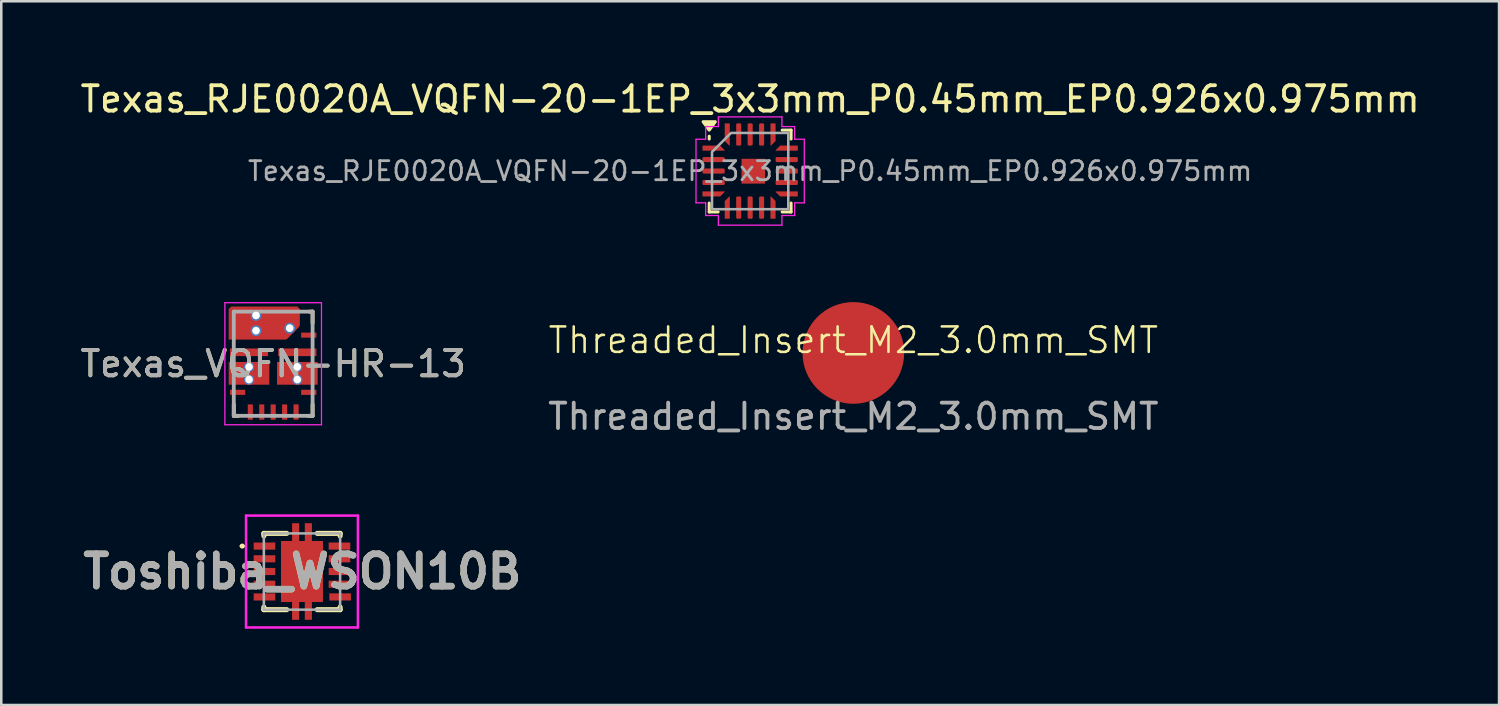
<source format=kicad_pcb>
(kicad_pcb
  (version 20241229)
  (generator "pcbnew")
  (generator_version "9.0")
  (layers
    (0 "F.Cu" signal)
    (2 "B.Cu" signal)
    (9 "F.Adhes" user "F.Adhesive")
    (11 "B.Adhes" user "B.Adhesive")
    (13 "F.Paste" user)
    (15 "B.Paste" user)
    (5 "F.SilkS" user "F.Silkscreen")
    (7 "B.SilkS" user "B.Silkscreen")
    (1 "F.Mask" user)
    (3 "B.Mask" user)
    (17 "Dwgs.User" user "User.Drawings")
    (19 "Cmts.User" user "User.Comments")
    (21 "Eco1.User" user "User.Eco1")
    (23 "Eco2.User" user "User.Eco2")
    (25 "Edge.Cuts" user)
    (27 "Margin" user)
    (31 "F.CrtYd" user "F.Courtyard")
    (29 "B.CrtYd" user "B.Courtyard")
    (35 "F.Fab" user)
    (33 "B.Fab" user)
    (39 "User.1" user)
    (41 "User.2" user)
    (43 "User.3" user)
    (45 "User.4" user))
  (footprint "Texas_RJE0020A_VQFN-20-1EP_3x3mm_P0.45mm_EP0.926x0.975mm"
    (layer "F.Cu")
    (at 26.458 3.678)
    (property "Reference" "Texas_RJE0020A_VQFN-20-1EP_3x3mm_P0.45mm_EP0.926x0.975mm" (at 0 -2.83 0) (layer "F.SilkS") (effects (font (size 1 1) (thickness 0.15))))
    (attr smd)
    (fp_line (start -1.61 -1.26) (end -1.61 -1.37) (stroke (width 0.12) (type solid)) (layer "F.SilkS"))
    (fp_line (start -1.61 1.61) (end -1.61 1.26) (stroke (width 0.12) (type solid)) (layer "F.SilkS"))
    (fp_line (start -1.26 1.61) (end -1.61 1.61) (stroke (width 0.12) (type solid)) (layer "F.SilkS"))
    (fp_line (start 1.26 -1.61) (end 1.61 -1.61) (stroke (width 0.12) (type solid)) (layer "F.SilkS"))
    (fp_line (start 1.26 1.61) (end 1.61 1.61) (stroke (width 0.12) (type solid)) (layer "F.SilkS"))
    (fp_line (start 1.61 -1.61) (end 1.61 -1.26) (stroke (width 0.12) (type solid)) (layer "F.SilkS"))
    (fp_line (start 1.61 1.61) (end 1.61 1.26) (stroke (width 0.12) (type solid)) (layer "F.SilkS"))
    (fp_poly (pts (xy -1.61 -1.61) (xy -1.85 -1.94) (xy -1.37 -1.94)) (stroke (width 0.12) (type solid)) (fill yes) (layer "F.SilkS"))
    (fp_line (start -2.13 -1.25) (end -1.75 -1.25) (stroke (width 0.05) (type solid)) (layer "F.CrtYd"))
    (fp_line (start -2.13 1.25) (end -2.13 -1.25) (stroke (width 0.05) (type solid)) (layer "F.CrtYd"))
    (fp_line (start -1.75 -1.75) (end -1.25 -1.75) (stroke (width 0.05) (type solid)) (layer "F.CrtYd"))
    (fp_line (start -1.75 -1.25) (end -1.75 -1.75) (stroke (width 0.05) (type solid)) (layer "F.CrtYd"))
    (fp_line (start -1.75 1.25) (end -2.13 1.25) (stroke (width 0.05) (type solid)) (layer "F.CrtYd"))
    (fp_line (start -1.75 1.75) (end -1.75 1.25) (stroke (width 0.05) (type solid)) (layer "F.CrtYd"))
    (fp_line (start -1.25 -2.13) (end 1.25 -2.13) (stroke (width 0.05) (type solid)) (layer "F.CrtYd"))
    (fp_line (start -1.25 -1.75) (end -1.25 -2.13) (stroke (width 0.05) (type solid)) (layer "F.CrtYd"))
    (fp_line (start -1.25 1.75) (end -1.75 1.75) (stroke (width 0.05) (type solid)) (layer "F.CrtYd"))
    (fp_line (start -1.25 2.13) (end -1.25 1.75) (stroke (width 0.05) (type solid)) (layer "F.CrtYd"))
    (fp_line (start 1.25 -2.13) (end 1.25 -1.75) (stroke (width 0.05) (type solid)) (layer "F.CrtYd"))
    (fp_line (start 1.25 -1.75) (end 1.75 -1.75) (stroke (width 0.05) (type solid)) (layer "F.CrtYd"))
    (fp_line (start 1.25 1.75) (end 1.25 2.13) (stroke (width 0.05) (type solid)) (layer "F.CrtYd"))
    (fp_line (start 1.25 2.13) (end -1.25 2.13) (stroke (width 0.05) (type solid)) (layer "F.CrtYd"))
    (fp_line (start 1.75 -1.75) (end 1.75 -1.25) (stroke (width 0.05) (type solid)) (layer "F.CrtYd"))
    (fp_line (start 1.75 -1.25) (end 2.13 -1.25) (stroke (width 0.05) (type solid)) (layer "F.CrtYd"))
    (fp_line (start 1.75 1.25) (end 1.75 1.75) (stroke (width 0.05) (type solid)) (layer "F.CrtYd"))
    (fp_line (start 1.75 1.75) (end 1.25 1.75) (stroke (width 0.05) (type solid)) (layer "F.CrtYd"))
    (fp_line (start 2.13 -1.25) (end 2.13 1.25) (stroke (width 0.05) (type solid)) (layer "F.CrtYd"))
    (fp_line (start 2.13 1.25) (end 1.75 1.25) (stroke (width 0.05) (type solid)) (layer "F.CrtYd"))
    (fp_poly (pts (xy -1.5 -0.75) (xy -1.5 1.5) (xy 1.5 1.5) (xy 1.5 -1.5) (xy -0.75 -1.5)) (stroke (width 0.1) (type solid)) (fill no) (layer "F.Fab"))
    (fp_text user "${REFERENCE}" (at 0 0 0) (layer "F.Fab") (effects (font (size 0.75 0.75) (thickness 0.11))))
    (pad "" smd roundrect (at 0.125 0) (size 0.64 0.72) (layers "F.Paste") (roundrect_rratio 0.25))
    (pad "1" smd custom (at -1.438 -0.9) (size 0.073 0.073) (layers "F.Cu" "F.Mask" "F.Paste") (options (anchor circle)) (primitives (gr_poly (pts (xy -0.427 -0.09) (xy 0.253 -0.09) (xy 0.427 0.084) (xy 0.427 0.09) (xy -0.427 0.09)) (width 0.02) (fill yes))))
    (pad "2" smd roundrect (at -1.438 -0.45) (size 0.875 0.2) (layers "F.Cu" "F.Mask" "F.Paste") (roundrect_rratio 0.25))
    (pad "3" smd roundrect (at -1.438 0) (size 0.875 0.2) (layers "F.Cu" "F.Mask" "F.Paste") (roundrect_rratio 0.25))
    (pad "4" smd roundrect (at -1.438 0.45) (size 0.875 0.2) (layers "F.Cu" "F.Mask" "F.Paste") (roundrect_rratio 0.25))
    (pad "5" smd custom (at -1.438 0.9) (size 0.073 0.073) (layers "F.Cu" "F.Mask" "F.Paste") (options (anchor circle)) (primitives (gr_poly (pts (xy -0.427 -0.09) (xy 0.427 -0.09) (xy 0.427 -0.084) (xy 0.253 0.09) (xy -0.427 0.09)) (width 0.02) (fill yes))))
    (pad "6" smd custom (at -0.9 1.438) (size 0.073 0.073) (layers "F.Cu" "F.Mask" "F.Paste") (options (anchor circle)) (primitives (gr_poly (pts (xy -0.09 -0.253) (xy 0.084 -0.427) (xy 0.09 -0.427) (xy 0.09 0.427) (xy -0.09 0.427)) (width 0.02) (fill yes))))
    (pad "7" smd roundrect (at -0.45 1.438) (size 0.2 0.875) (layers "F.Cu" "F.Mask" "F.Paste") (roundrect_rratio 0.25))
    (pad "8" smd roundrect (at 0 1.438) (size 0.2 0.875) (layers "F.Cu" "F.Mask" "F.Paste") (roundrect_rratio 0.25))
    (pad "9" smd roundrect (at 0.45 1.438) (size 0.2 0.875) (layers "F.Cu" "F.Mask" "F.Paste") (roundrect_rratio 0.25))
    (pad "10" smd custom (at 0.9 1.438) (size 0.073 0.073) (layers "F.Cu" "F.Mask" "F.Paste") (options (anchor circle)) (primitives (gr_poly (pts (xy -0.09 -0.427) (xy -0.084 -0.427) (xy 0.09 -0.253) (xy 0.09 0.427) (xy -0.09 0.427)) (width 0.02) (fill yes))))
    (pad "11" smd custom (at 1.438 0.9) (size 0.073 0.073) (layers "F.Cu" "F.Mask" "F.Paste") (options (anchor circle)) (primitives (gr_poly (pts (xy -0.427 -0.09) (xy 0.427 -0.09) (xy 0.427 0.09) (xy -0.253 0.09) (xy -0.427 -0.084)) (width 0.02) (fill yes))))
    (pad "12" smd roundrect (at 1.438 0.45) (size 0.875 0.2) (layers "F.Cu" "F.Mask" "F.Paste") (roundrect_rratio 0.25))
    (pad "13" smd roundrect (at 1.438 0) (size 0.875 0.2) (layers "F.Cu" "F.Mask" "F.Paste") (roundrect_rratio 0.25))
    (pad "14" smd roundrect (at 1.438 -0.45) (size 0.875 0.2) (layers "F.Cu" "F.Mask" "F.Paste") (roundrect_rratio 0.25))
    (pad "15" smd custom (at 1.438 -0.9) (size 0.073 0.073) (layers "F.Cu" "F.Mask" "F.Paste") (options (anchor circle)) (primitives (gr_poly (pts (xy -0.427 0.084) (xy -0.253 -0.09) (xy 0.427 -0.09) (xy 0.427 0.09) (xy -0.427 0.09)) (width 0.02) (fill yes))))
    (pad "16" smd custom (at 0.9 -1.438) (size 0.073 0.073) (layers "F.Cu" "F.Mask" "F.Paste") (options (anchor circle)) (primitives (gr_poly (pts (xy -0.09 -0.427) (xy 0.09 -0.427) (xy 0.09 0.253) (xy -0.084 0.427) (xy -0.09 0.427)) (width 0.02) (fill yes))))
    (pad "17" smd roundrect (at 0.45 -1.438) (size 0.2 0.875) (layers "F.Cu" "F.Mask" "F.Paste") (roundrect_rratio 0.25))
    (pad "18" smd roundrect (at 0 -1.438) (size 0.2 0.875) (layers "F.Cu" "F.Mask" "F.Paste") (roundrect_rratio 0.25))
    (pad "19" smd roundrect (at -0.45 -1.438) (size 0.2 0.875) (layers "F.Cu" "F.Mask" "F.Paste") (roundrect_rratio 0.25))
    (pad "20" smd custom (at -0.9 -1.438) (size 0.073 0.073) (layers "F.Cu" "F.Mask" "F.Paste") (options (anchor circle)) (primitives (gr_poly (pts (xy -0.09 -0.427) (xy 0.09 -0.427) (xy 0.09 0.427) (xy 0.084 0.427) (xy -0.09 0.253)) (width 0.02) (fill yes))))
    (pad "21" smd rect (at 0.123 0.007) (size 0.926 0.975) (property pad_prop_heatsink) (layers "F.Cu" "F.Mask")))
  (footprint "Toshiba_WSON10B"
    (layer "F.Cu")
    (at 8.829 19.431)
    (property "Reference" "Toshiba_WSON10B" (at 0.013 0 0) (layer "F.SilkS") (effects (font (size 1.27 1.27) (thickness 0.254))))
    (attr smd)
    (fp_line (start -2.4 -1) (end -2.4 -1) (stroke (width 0.1) (type solid)) (layer "F.SilkS"))
    (fp_line (start -2.3 -1) (end -2.3 -1) (stroke (width 0.1) (type solid)) (layer "F.SilkS"))
    (fp_line (start -1.5 -1.5) (end -1.5 -1.4) (stroke (width 0.2) (type solid)) (layer "F.SilkS"))
    (fp_line (start -1.5 1.4) (end -1.5 1.5) (stroke (width 0.2) (type solid)) (layer "F.SilkS"))
    (fp_line (start -1.5 1.5) (end -0.6 1.5) (stroke (width 0.2) (type solid)) (layer "F.SilkS"))
    (fp_line (start -0.6 -1.5) (end -1.5 -1.5) (stroke (width 0.2) (type solid)) (layer "F.SilkS"))
    (fp_line (start 0.6 -1.5) (end 1.5 -1.5) (stroke (width 0.2) (type solid)) (layer "F.SilkS"))
    (fp_line (start 0.6 1.5) (end 1.5 1.5) (stroke (width 0.2) (type solid)) (layer "F.SilkS"))
    (fp_line (start 1.5 -1.5) (end 1.5 -1.4) (stroke (width 0.2) (type solid)) (layer "F.SilkS"))
    (fp_line (start 1.5 1.5) (end 1.5 1.4) (stroke (width 0.2) (type solid)) (layer "F.SilkS"))
    (fp_arc (start -2.4 -1) (mid -2.35 -1.05) (end -2.3 -1) (stroke (width 0.1) (type solid)) (layer "F.SilkS"))
    (fp_arc (start -2.3 -1) (mid -2.35 -0.95) (end -2.4 -1) (stroke (width 0.1) (type solid)) (layer "F.SilkS"))
    (fp_line (start -2.2 -2.2) (end 2.2 -2.2) (stroke (width 0.1) (type solid)) (layer "F.CrtYd"))
    (fp_line (start -2.2 2.2) (end -2.2 -2.2) (stroke (width 0.1) (type solid)) (layer "F.CrtYd"))
    (fp_line (start 2.2 -2.2) (end 2.2 2.2) (stroke (width 0.1) (type solid)) (layer "F.CrtYd"))
    (fp_line (start 2.2 2.2) (end -2.2 2.2) (stroke (width 0.1) (type solid)) (layer "F.CrtYd"))
    (fp_line (start -1.5 -1.5) (end -1.5 1.5) (stroke (width 0.1) (type solid)) (layer "F.Fab"))
    (fp_line (start -1.5 1.5) (end 1.5 1.5) (stroke (width 0.1) (type solid)) (layer "F.Fab"))
    (fp_line (start 1.5 -1.5) (end -1.5 -1.5) (stroke (width 0.1) (type solid)) (layer "F.Fab"))
    (fp_line (start 1.5 1.5) (end 1.5 -1.5) (stroke (width 0.1) (type solid)) (layer "F.Fab"))
    (fp_text user "${REFERENCE}" (at 0.013 0 0) (layer "F.Fab") (effects (font (size 1.27 1.27) (thickness 0.254))))
    (pad "" smd roundrect (at -0.425 -0.819 90) (size 0.637 0.65) (property pad_prop_heatsink) (layers "F.Paste") (roundrect_rratio 0.25))
    (pad "" smd roundrect (at -0.425 0 90) (size 0.7 0.65) (property pad_prop_heatsink) (layers "F.Paste") (roundrect_rratio 0.25))
    (pad "" smd roundrect (at -0.425 0.834 90) (size 0.619 0.65) (property pad_prop_heatsink) (layers "F.Paste") (roundrect_rratio 0.25))
    (pad "" smd roundrect (at 0.4 -0.819 90) (size 0.637 0.65) (property pad_prop_heatsink) (layers "F.Paste") (roundrect_rratio 0.25))
    (pad "" smd roundrect (at 0.4 0 90) (size 0.7 0.65) (property pad_prop_heatsink) (layers "F.Paste") (roundrect_rratio 0.25))
    (pad "" smd roundrect (at 0.4 0.834 90) (size 0.619 0.65) (property pad_prop_heatsink) (layers "F.Paste") (roundrect_rratio 0.25))
    (pad "1" smd rect (at -1.475 -1 90) (size 0.28 0.85) (layers "F.Cu" "F.Mask" "F.Paste"))
    (pad "2" smd rect (at -1.475 -0.5 90) (size 0.28 0.85) (layers "F.Cu" "F.Mask" "F.Paste"))
    (pad "3" smd rect (at -1.475 0 90) (size 0.28 0.85) (layers "F.Cu" "F.Mask" "F.Paste"))
    (pad "4" smd rect (at -1.475 0.5 90) (size 0.28 0.85) (layers "F.Cu" "F.Mask" "F.Paste"))
    (pad "5" smd rect (at -1.475 1 90) (size 0.28 0.85) (layers "F.Cu" "F.Mask" "F.Paste"))
    (pad "6" smd rect (at 1.5 1 90) (size 0.28 0.85) (layers "F.Cu" "F.Mask" "F.Paste"))
    (pad "7" smd rect (at 1.475 0.5 90) (size 0.28 0.85) (layers "F.Cu" "F.Mask" "F.Paste"))
    (pad "8" smd rect (at 1.475 0 90) (size 0.28 0.85) (layers "F.Cu" "F.Mask" "F.Paste"))
    (pad "9" smd rect (at 1.475 -0.5 90) (size 0.28 0.85) (layers "F.Cu" "F.Mask" "F.Paste"))
    (pad "10" smd rect (at 1.475 -1 90) (size 0.28 0.85) (layers "F.Cu" "F.Mask" "F.Paste"))
    (pad "11" smd rect (at 0 0) (size 1.65 2.4) (layers "F.Cu" "F.Mask"))
    (pad "12" smd rect (at 0.25 -1.55) (size 0.28 0.7) (layers "F.Cu" "F.Mask" "F.Paste"))
    (pad "13" smd rect (at -0.25 -1.55) (size 0.28 0.7) (layers "F.Cu" "F.Mask" "F.Paste"))
    (pad "14" smd rect (at -0.25 1.55) (size 0.28 0.7) (layers "F.Cu" "F.Mask" "F.Paste"))
    (pad "15" smd rect (at 0.25 1.55) (size 0.28 0.7) (layers "F.Cu" "F.Mask" "F.Paste")))
  (footprint "Texas_VQFN-HR-13"
    (layer "F.Cu")
    (at 7.696 11.258)
    (property "Reference" "Texas_VQFN-HR-13" (at 0 0 0) (unlocked yes) (layer "F.SilkS") (effects (font (size 1 1) (thickness 0.15))))
    (attr smd)
    (fp_poly (pts (xy -1.75 1.175) (xy -1.75 1.075) (xy -1.65 0.975) (xy -1.15 0.975) (xy -1.05 1.075) (xy -1.05 1.175) (xy -1.15 1.275) (xy -1.65 1.275)) (stroke (width 0) (type solid)) (fill yes) (layer "F.Mask"))
    (fp_poly (pts (xy -0.85 1.55) (xy -0.75 1.65) (xy -0.75 2.15) (xy -0.85 2.25) (xy -0.95 2.25) (xy -1.05 2.15) (xy -1.05 1.65) (xy -0.95 1.55)) (stroke (width 0) (type solid)) (fill yes) (layer "F.Mask"))
    (fp_poly (pts (xy -0.4 2.25) (xy -0.5 2.25) (xy -0.6 2.15) (xy -0.6 1.65) (xy -0.5 1.55) (xy -0.4 1.55) (xy -0.3 1.65) (xy -0.3 2.15)) (stroke (width 0) (type solid)) (fill yes) (layer "F.Mask"))
    (fp_poly (pts (xy -0.25 -0.65) (xy -0.15 -0.55) (xy -0.15 -0.35) (xy -0.25 -0.25) (xy -1.65 -0.25) (xy -1.75 -0.35) (xy -1.75 -0.55) (xy -1.65 -0.65)) (stroke (width 0) (type solid)) (fill yes) (layer "F.Mask"))
    (fp_poly (pts (xy 0.15 1.65) (xy 0.15 2.15) (xy 0.05 2.25) (xy -0.05 2.25) (xy -0.15 2.15) (xy -0.15 1.65) (xy -0.05 1.55) (xy 0.05 1.55)) (stroke (width 0) (type solid)) (fill yes) (layer "F.Mask"))
    (fp_poly (pts (xy 0.25 -0.25) (xy 0.15 -0.35) (xy 0.15 -0.55) (xy 0.25 -0.65) (xy 1.65 -0.65) (xy 1.75 -0.55) (xy 1.75 -0.35) (xy 1.65 -0.25)) (stroke (width 0) (type solid)) (fill yes) (layer "F.Mask"))
    (fp_poly (pts (xy 0.5 1.55) (xy 0.6 1.65) (xy 0.6 2.15) (xy 0.5 2.25) (xy 0.4 2.25) (xy 0.3 2.15) (xy 0.3 1.65) (xy 0.4 1.55)) (stroke (width 0) (type solid)) (fill yes) (layer "F.Mask"))
    (fp_poly (pts (xy 0.75 2.15) (xy 0.75 1.65) (xy 0.85 1.55) (xy 0.95 1.55) (xy 1.05 1.65) (xy 1.05 2.15) (xy 0.95 2.25) (xy 0.85 2.25)) (stroke (width 0) (type solid)) (fill yes) (layer "F.Mask"))
    (fp_poly (pts (xy 1.75 -1.075) (xy 1.65 -0.975) (xy 1.15 -0.975) (xy 1.05 -1.075) (xy 1.05 -1.175) (xy 1.15 -1.275) (xy 1.65 -1.275) (xy 1.75 -1.175)) (stroke (width 0) (type solid)) (fill yes) (layer "F.Mask"))
    (fp_poly (pts (xy 1.75 1.175) (xy 1.65 1.275) (xy 1.15 1.275) (xy 1.05 1.175) (xy 1.05 1.075) (xy 1.15 0.975) (xy 1.65 0.975) (xy 1.75 1.075)) (stroke (width 0) (type solid)) (fill yes) (layer "F.Mask"))
    (fp_poly (pts (xy -1.65 0.225) (xy -1.7 0.175) (xy -1.7 0.075) (xy -1.65 0.025) (xy -1.4 0.025) (xy -1.358 0.003) (xy -1.316 -0.02) (xy -0.25 -0.02) (xy -0.2 0.03) (xy -0.2 0.725) (xy -0.25 0.775) (xy -1.313 0.775) (xy -1.357 0.75) (xy -1.4 0.725) (xy -1.65 0.725) (xy -1.7 0.675) (xy -1.7 0.575) (xy -1.65 0.525) (xy -1.4 0.525) (xy -1.35 0.475) (xy -1.35 0.275) (xy -1.4 0.225)) (stroke (width 0) (type solid)) (fill yes) (layer "F.Mask"))
    (fp_poly (pts (xy 1.65 0.225) (xy 1.7 0.175) (xy 1.7 0.075) (xy 1.65 0.025) (xy 1.4 0.025) (xy 1.358 0.003) (xy 1.316 -0.02) (xy 0.25 -0.02) (xy 0.2 0.03) (xy 0.2 0.725) (xy 0.25 0.775) (xy 1.313 0.775) (xy 1.357 0.75) (xy 1.4 0.725) (xy 1.65 0.725) (xy 1.7 0.675) (xy 1.7 0.575) (xy 1.65 0.525) (xy 1.4 0.525) (xy 1.35 0.475) (xy 1.35 0.275) (xy 1.4 0.225)) (stroke (width 0) (type solid)) (fill yes) (layer "F.Mask"))
    (fp_poly (pts (xy -1.65 -1.65) (xy -1.7 -1.7) (xy -1.7 -1.8) (xy -1.65 -1.85) (xy -1.05 -1.85) (xy -1 -1.9) (xy -1 -2.15) (xy -0.95 -2.2) (xy -0.85 -2.2) (xy -0.8 -2.15) (xy -0.8 -1.9) (xy -0.75 -1.85) (xy -0.6 -1.85) (xy -0.55 -1.9) (xy -0.55 -2.15) (xy -0.5 -2.2) (xy -0.4 -2.2) (xy -0.35 -2.15) (xy -0.35 -1.9) (xy -0.3 -1.85) (xy -0.15 -1.85) (xy -0.1 -1.9) (xy -0.1 -2.15) (xy -0.05 -2.2) (xy 0.05 -2.2) (xy 0.1 -2.15) (xy 0.1 -1.9) (xy 0.15 -1.85) (xy 0.3 -1.85) (xy 0.35 -1.9) (xy 0.35 -2.15) (xy 0.4 -2.2) (xy 0.5 -2.2) (xy 0.55 -2.15) (xy 0.55 -1.9) (xy 0.6 -1.85) (xy 0.75 -1.85) (xy 0.8 -1.9) (xy 0.8 -2.15) (xy 0.85 -2.2) (xy 0.95 -2.2) (xy 1 -2.15) (xy 1 -1.521) (xy 0.985 -1.485) (xy 0.515 -1.015) (xy 0.479 -1) (xy -1.3 -1) (xy -1.35 -1.05) (xy -1.35 -1.1) (xy -1.4 -1.15) (xy -1.65 -1.15) (xy -1.7 -1.2) (xy -1.7 -1.3) (xy -1.65 -1.35) (xy -1.4 -1.35) (xy -1.35 -1.4) (xy -1.35 -1.6) (xy -1.4 -1.65)) (stroke (width 0) (type solid)) (fill yes) (layer "F.Mask"))
    (fp_line (start -1.55 2.05) (end -1.55 1.6) (stroke (width 0.15) (type solid)) (layer "F.SilkS"))
    (fp_line (start -1.55 2.05) (end -1.375 2.05) (stroke (width 0.15) (type solid)) (layer "F.SilkS"))
    (fp_line (start 1.375 2.05) (end 1.55 2.05) (stroke (width 0.15) (type solid)) (layer "F.SilkS"))
    (fp_line (start 1.425 -2.05) (end 1.55 -2.05) (stroke (width 0.15) (type solid)) (layer "F.SilkS"))
    (fp_line (start 1.55 -1.6) (end 1.55 -2.05) (stroke (width 0.15) (type solid)) (layer "F.SilkS"))
    (fp_line (start 1.55 2.05) (end 1.55 1.6) (stroke (width 0.15) (type solid)) (layer "F.SilkS"))
    (fp_line (start -1.9 -2.4) (end 1.9 -2.4) (stroke (width 0.05) (type default)) (layer "F.CrtYd"))
    (fp_line (start -1.9 2.4) (end -1.9 -2.4) (stroke (width 0.05) (type default)) (layer "F.CrtYd"))
    (fp_line (start 1.9 -2.4) (end 1.9 2.4) (stroke (width 0.05) (type default)) (layer "F.CrtYd"))
    (fp_line (start 1.9 2.4) (end -1.9 2.4) (stroke (width 0.05) (type default)) (layer "F.CrtYd"))
    (fp_line (start -1.55 -2.05) (end 1.55 -2.05) (stroke (width 0.15) (type solid)) (layer "F.Fab"))
    (fp_line (start -1.55 2.05) (end -1.55 -2.05) (stroke (width 0.15) (type solid)) (layer "F.Fab"))
    (fp_line (start -1.55 2.05) (end 1.55 2.05) (stroke (width 0.15) (type solid)) (layer "F.Fab"))
    (fp_line (start 1.55 2.05) (end 1.55 -2.05) (stroke (width 0.15) (type solid)) (layer "F.Fab"))
    (fp_text user "${REFERENCE}" (at 0 0 0) (unlocked yes) (layer "F.Fab") (effects (font (size 1 1) (thickness 0.15))))
    (pad "" smd roundrect (at -1.45 0.375 90) (size 0.85 0.575) (property pad_prop_heatsink) (layers "F.Paste") (roundrect_rratio 0.25))
    (pad "" smd roundrect (at -1.312 -1.6 90) (size 1.25 0.825) (property pad_prop_heatsink) (layers "F.Paste") (roundrect_rratio 0.25))
    (pad "" smd roundrect (at -0.95 -0.45 90) (size 0.25 1.45) (property pad_prop_heatsink) (layers "F.Paste") (roundrect_rratio 0.25))
    (pad "" smd roundrect (at -0.475 0.375 90) (size 0.85 0.53) (property pad_prop_heatsink) (layers "F.Paste") (roundrect_rratio 0.25))
    (pad "" smd roundrect (at -0.025 -1.3 90) (size 0.65 0.85) (property pad_prop_heatsink) (layers "F.Paste") (roundrect_rratio 0.25))
    (pad "" smd roundrect (at 0.287 -2 90) (size 0.45 1.475) (property pad_prop_heatsink) (layers "F.Paste") (roundrect_rratio 0.25))
    (pad "" smd roundrect (at 0.475 0.375 270) (size 0.85 0.53) (property pad_prop_heatsink) (layers "F.Paste") (roundrect_rratio 0.25))
    (pad "" smd roundrect (at 0.95 -0.45 90) (size 0.25 1.45) (property pad_prop_heatsink) (layers "F.Paste") (roundrect_rratio 0.25))
    (pad "" smd roundrect (at 1.45 0.375 90) (size 0.85 0.575) (property pad_prop_heatsink) (layers "F.Paste") (roundrect_rratio 0.25))
    (pad "1" thru_hole circle (at -0.675 -1.9) (size 0.425 0.425) (drill 0.3) (layers "*.Cu" "*.Mask"))
    (pad "1" thru_hole circle (at -0.675 -1.3) (size 0.425 0.425) (drill 0.3) (layers "*.Cu" "*.Mask"))
    (pad "1" smd custom (at -0.35 -1.6) (size 1.17 1.17) (layers "F.Cu") (options (anchor circle)) (primitives (gr_poly (pts (xy -1.4 -0.55) (xy -1.3 -0.65) (xy 1.3 -0.65) (xy 1.4 -0.55) (xy 1.4 0.079) (xy 1.371 0.15) (xy 0.9 0.621) (xy 0.829 0.65) (xy -1.4 0.65)) (width 0) (fill yes))))
    (pad "1" thru_hole circle (at 0.65 -1.4) (size 0.425 0.425) (drill 0.3) (layers "*.Cu" "*.Mask"))
    (pad "2" smd rect (at -0.95 -0.45) (size 1.5 0.3) (layers "F.Cu"))
    (pad "3" smd rect (at -0.95 0.377) (size 1.6 0.895) (layers "F.Cu"))
    (pad "3" thru_hole circle (at -0.95 0.125) (size 0.4 0.4) (drill 0.3) (layers "*.Cu" "*.Mask"))
    (pad "3" thru_hole circle (at -0.95 0.625) (size 0.4 0.4) (drill 0.3) (layers "*.Cu" "*.Mask"))
    (pad "4" smd rect (at -1.4 1.125) (size 0.6 0.2) (layers "F.Cu" "F.Paste"))
    (pad "5" smd rect (at -0.9 1.9) (size 0.2 0.6) (layers "F.Cu" "F.Paste"))
    (pad "6" smd rect (at -0.45 1.9) (size 0.2 0.6) (layers "F.Cu" "F.Paste"))
    (pad "7" smd rect (at 0 1.9) (size 0.2 0.6) (layers "F.Cu" "F.Paste"))
    (pad "8" smd rect (at 0.45 1.9) (size 0.2 0.6) (layers "F.Cu" "F.Paste"))
    (pad "9" smd rect (at 0.9 1.9) (size 0.2 0.6) (layers "F.Cu" "F.Paste"))
    (pad "10" smd rect (at 1.4 1.125) (size 0.6 0.2) (layers "F.Cu" "F.Paste"))
    (pad "11" thru_hole circle (at 0.95 0.125) (size 0.4 0.4) (drill 0.3) (layers "*.Cu" "*.Mask"))
    (pad "11" thru_hole circle (at 0.95 0.625) (size 0.4 0.4) (drill 0.3) (layers "*.Cu" "*.Mask"))
    (pad "11" smd rect (at 0.95 0.377) (size 1.6 0.895) (layers "F.Cu"))
    (pad "12" smd rect (at 0.95 -0.45) (size 1.5 0.3) (layers "F.Cu"))
    (pad "13" smd rect (at 1.4 -1.125) (size 0.6 0.2) (layers "F.Cu" "F.Paste")))
  (footprint "Threaded_Insert_M2_3.0mm_SMT"
    (layer "F.Cu")
    (at 30.518 10.833)
    (property "Reference" "Threaded_Insert_M2_3.0mm_SMT" (at 0 -0.5 0) (unlocked yes) (layer "F.SilkS") (effects (font (size 1 1) (thickness 0.1))))
    (fp_text user "${REFERENCE}" (at 0 2.5 0) (unlocked yes) (layer "F.Fab") (effects (font (size 1 1) (thickness 0.15))))
    (pad "1" smd circle (at 0 0) (size 4 4) (layers "F.Cu" "F.Mask" "F.Paste")))
  (gr_rect
    (start -3 -3)
    (end 55.917 24.681)
    (stroke (width 0.1) (type default))
    (fill no)
    (layer "Edge.Cuts")))
</source>
